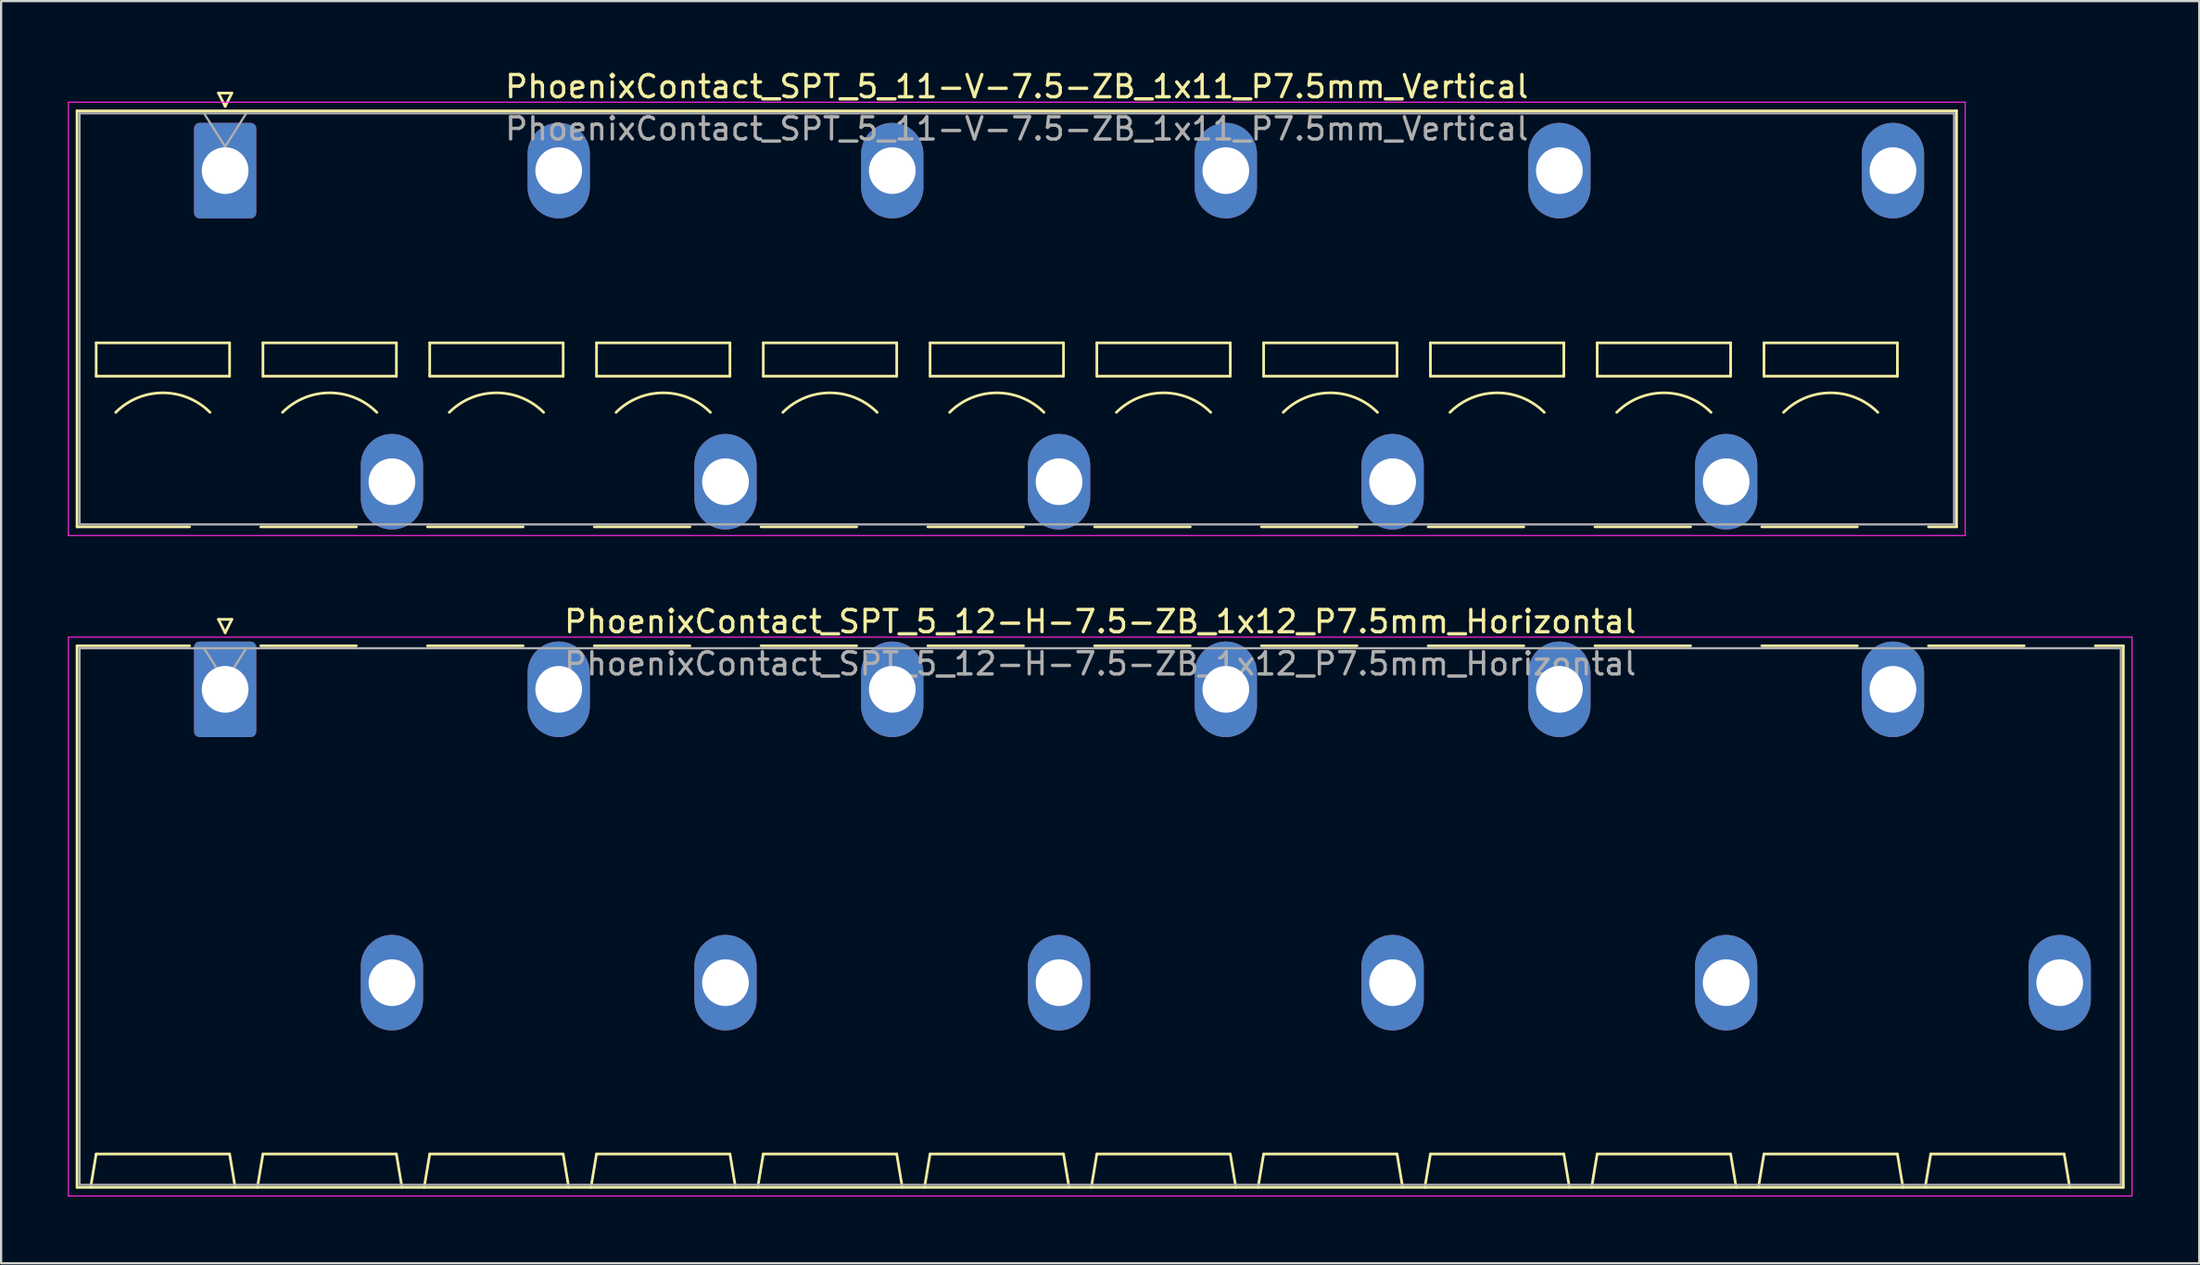
<source format=kicad_pcb>
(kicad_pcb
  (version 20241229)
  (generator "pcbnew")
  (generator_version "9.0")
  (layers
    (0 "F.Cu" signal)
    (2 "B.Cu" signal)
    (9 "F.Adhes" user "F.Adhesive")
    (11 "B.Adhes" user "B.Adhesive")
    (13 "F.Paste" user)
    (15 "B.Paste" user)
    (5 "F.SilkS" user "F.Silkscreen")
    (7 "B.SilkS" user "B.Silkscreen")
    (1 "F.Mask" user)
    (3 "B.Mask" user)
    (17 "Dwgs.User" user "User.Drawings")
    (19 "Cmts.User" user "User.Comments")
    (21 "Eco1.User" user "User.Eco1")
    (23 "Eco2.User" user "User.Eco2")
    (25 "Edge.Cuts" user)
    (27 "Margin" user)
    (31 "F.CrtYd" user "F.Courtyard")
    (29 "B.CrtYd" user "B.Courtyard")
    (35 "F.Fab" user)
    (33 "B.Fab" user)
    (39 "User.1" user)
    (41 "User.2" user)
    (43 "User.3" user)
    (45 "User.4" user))
  (footprint "PhoenixContact_SPT_5_11-V-7.5-ZB_1x11_P7.5mm_Vertical"
    (layer "F.Cu")
    (at 7.075 4.628)
    (property "Reference" "PhoenixContact_SPT_5_11-V-7.5-ZB_1x11_P7.5mm_Vertical" (at 35.6 -3.78 0) (layer "F.SilkS") (effects (font (size 1 1) (thickness 0.15))))
    (attr through_hole)
    (fp_line (start -6.66 -2.69) (end 77.86 -2.69) (stroke (width 0.12) (type solid)) (layer "F.SilkS"))
    (fp_line (start -6.66 16.03) (end -6.66 -2.69) (stroke (width 0.12) (type solid)) (layer "F.SilkS"))
    (fp_line (start -6.66 16.03) (end -1.6 16.03) (stroke (width 0.12) (type solid)) (layer "F.SilkS"))
    (fp_line (start -5.8 7.75) (end -5.8 9.25) (stroke (width 0.12) (type solid)) (layer "F.SilkS"))
    (fp_line (start -5.8 9.25) (end 0.2 9.25) (stroke (width 0.12) (type solid)) (layer "F.SilkS"))
    (fp_line (start -0.3 -3.49) (end 0 -2.89) (stroke (width 0.12) (type solid)) (layer "F.SilkS"))
    (fp_line (start -0.3 -3.49) (end 0.3 -3.49) (stroke (width 0.12) (type solid)) (layer "F.SilkS"))
    (fp_line (start 0.2 7.75) (end -5.8 7.75) (stroke (width 0.12) (type solid)) (layer "F.SilkS"))
    (fp_line (start 0.2 9.25) (end 0.2 7.75) (stroke (width 0.12) (type solid)) (layer "F.SilkS"))
    (fp_line (start 0.3 -3.49) (end 0 -2.89) (stroke (width 0.12) (type solid)) (layer "F.SilkS"))
    (fp_line (start 1.6 16.03) (end 5.9 16.03) (stroke (width 0.12) (type solid)) (layer "F.SilkS"))
    (fp_line (start 1.7 7.75) (end 1.7 9.25) (stroke (width 0.12) (type solid)) (layer "F.SilkS"))
    (fp_line (start 1.7 9.25) (end 7.7 9.25) (stroke (width 0.12) (type solid)) (layer "F.SilkS"))
    (fp_line (start 7.7 7.75) (end 1.7 7.75) (stroke (width 0.12) (type solid)) (layer "F.SilkS"))
    (fp_line (start 7.7 9.25) (end 7.7 7.75) (stroke (width 0.12) (type solid)) (layer "F.SilkS"))
    (fp_line (start 9.1 16.03) (end 13.4 16.03) (stroke (width 0.12) (type solid)) (layer "F.SilkS"))
    (fp_line (start 9.2 7.75) (end 9.2 9.25) (stroke (width 0.12) (type solid)) (layer "F.SilkS"))
    (fp_line (start 9.2 9.25) (end 15.2 9.25) (stroke (width 0.12) (type solid)) (layer "F.SilkS"))
    (fp_line (start 15.2 7.75) (end 9.2 7.75) (stroke (width 0.12) (type solid)) (layer "F.SilkS"))
    (fp_line (start 15.2 9.25) (end 15.2 7.75) (stroke (width 0.12) (type solid)) (layer "F.SilkS"))
    (fp_line (start 16.6 16.03) (end 20.9 16.03) (stroke (width 0.12) (type solid)) (layer "F.SilkS"))
    (fp_line (start 16.7 7.75) (end 16.7 9.25) (stroke (width 0.12) (type solid)) (layer "F.SilkS"))
    (fp_line (start 16.7 9.25) (end 22.7 9.25) (stroke (width 0.12) (type solid)) (layer "F.SilkS"))
    (fp_line (start 22.7 7.75) (end 16.7 7.75) (stroke (width 0.12) (type solid)) (layer "F.SilkS"))
    (fp_line (start 22.7 9.25) (end 22.7 7.75) (stroke (width 0.12) (type solid)) (layer "F.SilkS"))
    (fp_line (start 24.1 16.03) (end 28.4 16.03) (stroke (width 0.12) (type solid)) (layer "F.SilkS"))
    (fp_line (start 24.2 7.75) (end 24.2 9.25) (stroke (width 0.12) (type solid)) (layer "F.SilkS"))
    (fp_line (start 24.2 9.25) (end 30.2 9.25) (stroke (width 0.12) (type solid)) (layer "F.SilkS"))
    (fp_line (start 30.2 7.75) (end 24.2 7.75) (stroke (width 0.12) (type solid)) (layer "F.SilkS"))
    (fp_line (start 30.2 9.25) (end 30.2 7.75) (stroke (width 0.12) (type solid)) (layer "F.SilkS"))
    (fp_line (start 31.6 16.03) (end 35.9 16.03) (stroke (width 0.12) (type solid)) (layer "F.SilkS"))
    (fp_line (start 31.7 7.75) (end 31.7 9.25) (stroke (width 0.12) (type solid)) (layer "F.SilkS"))
    (fp_line (start 31.7 9.25) (end 37.7 9.25) (stroke (width 0.12) (type solid)) (layer "F.SilkS"))
    (fp_line (start 37.7 7.75) (end 31.7 7.75) (stroke (width 0.12) (type solid)) (layer "F.SilkS"))
    (fp_line (start 37.7 9.25) (end 37.7 7.75) (stroke (width 0.12) (type solid)) (layer "F.SilkS"))
    (fp_line (start 39.1 16.03) (end 43.4 16.03) (stroke (width 0.12) (type solid)) (layer "F.SilkS"))
    (fp_line (start 39.2 7.75) (end 39.2 9.25) (stroke (width 0.12) (type solid)) (layer "F.SilkS"))
    (fp_line (start 39.2 9.25) (end 45.2 9.25) (stroke (width 0.12) (type solid)) (layer "F.SilkS"))
    (fp_line (start 45.2 7.75) (end 39.2 7.75) (stroke (width 0.12) (type solid)) (layer "F.SilkS"))
    (fp_line (start 45.2 9.25) (end 45.2 7.75) (stroke (width 0.12) (type solid)) (layer "F.SilkS"))
    (fp_line (start 46.6 16.03) (end 50.9 16.03) (stroke (width 0.12) (type solid)) (layer "F.SilkS"))
    (fp_line (start 46.7 7.75) (end 46.7 9.25) (stroke (width 0.12) (type solid)) (layer "F.SilkS"))
    (fp_line (start 46.7 9.25) (end 52.7 9.25) (stroke (width 0.12) (type solid)) (layer "F.SilkS"))
    (fp_line (start 52.7 7.75) (end 46.7 7.75) (stroke (width 0.12) (type solid)) (layer "F.SilkS"))
    (fp_line (start 52.7 9.25) (end 52.7 7.75) (stroke (width 0.12) (type solid)) (layer "F.SilkS"))
    (fp_line (start 54.1 16.03) (end 58.4 16.03) (stroke (width 0.12) (type solid)) (layer "F.SilkS"))
    (fp_line (start 54.2 7.75) (end 54.2 9.25) (stroke (width 0.12) (type solid)) (layer "F.SilkS"))
    (fp_line (start 54.2 9.25) (end 60.2 9.25) (stroke (width 0.12) (type solid)) (layer "F.SilkS"))
    (fp_line (start 60.2 7.75) (end 54.2 7.75) (stroke (width 0.12) (type solid)) (layer "F.SilkS"))
    (fp_line (start 60.2 9.25) (end 60.2 7.75) (stroke (width 0.12) (type solid)) (layer "F.SilkS"))
    (fp_line (start 61.6 16.03) (end 65.9 16.03) (stroke (width 0.12) (type solid)) (layer "F.SilkS"))
    (fp_line (start 61.7 7.75) (end 61.7 9.25) (stroke (width 0.12) (type solid)) (layer "F.SilkS"))
    (fp_line (start 61.7 9.25) (end 67.7 9.25) (stroke (width 0.12) (type solid)) (layer "F.SilkS"))
    (fp_line (start 67.7 7.75) (end 61.7 7.75) (stroke (width 0.12) (type solid)) (layer "F.SilkS"))
    (fp_line (start 67.7 9.25) (end 67.7 7.75) (stroke (width 0.12) (type solid)) (layer "F.SilkS"))
    (fp_line (start 69.1 16.03) (end 73.4 16.03) (stroke (width 0.12) (type solid)) (layer "F.SilkS"))
    (fp_line (start 69.2 7.75) (end 69.2 9.25) (stroke (width 0.12) (type solid)) (layer "F.SilkS"))
    (fp_line (start 69.2 9.25) (end 75.2 9.25) (stroke (width 0.12) (type solid)) (layer "F.SilkS"))
    (fp_line (start 75.2 7.75) (end 69.2 7.75) (stroke (width 0.12) (type solid)) (layer "F.SilkS"))
    (fp_line (start 75.2 9.25) (end 75.2 7.75) (stroke (width 0.12) (type solid)) (layer "F.SilkS"))
    (fp_line (start 76.6 16.03) (end 77.86 16.03) (stroke (width 0.12) (type solid)) (layer "F.SilkS"))
    (fp_line (start 77.86 -2.69) (end 77.86 16.03) (stroke (width 0.12) (type solid)) (layer "F.SilkS"))
    (fp_arc (start -4.92132 10.87868) (mid -2.8 10) (end -0.67868 10.87868) (stroke (width 0.12) (type solid)) (layer "F.SilkS"))
    (fp_arc (start 2.57868 10.87868) (mid 4.7 10) (end 6.82132 10.87868) (stroke (width 0.12) (type solid)) (layer "F.SilkS"))
    (fp_arc (start 10.07868 10.87868) (mid 12.2 10) (end 14.32132 10.87868) (stroke (width 0.12) (type solid)) (layer "F.SilkS"))
    (fp_arc (start 17.57868 10.87868) (mid 19.7 10) (end 21.82132 10.87868) (stroke (width 0.12) (type solid)) (layer "F.SilkS"))
    (fp_arc (start 25.07868 10.87868) (mid 27.2 10) (end 29.32132 10.87868) (stroke (width 0.12) (type solid)) (layer "F.SilkS"))
    (fp_arc (start 32.57868 10.87868) (mid 34.7 10) (end 36.82132 10.87868) (stroke (width 0.12) (type solid)) (layer "F.SilkS"))
    (fp_arc (start 40.07868 10.87868) (mid 42.2 10) (end 44.32132 10.87868) (stroke (width 0.12) (type solid)) (layer "F.SilkS"))
    (fp_arc (start 47.57868 10.87868) (mid 49.7 10) (end 51.82132 10.87868) (stroke (width 0.12) (type solid)) (layer "F.SilkS"))
    (fp_arc (start 55.07868 10.87868) (mid 57.2 10) (end 59.32132 10.87868) (stroke (width 0.12) (type solid)) (layer "F.SilkS"))
    (fp_arc (start 62.57868 10.87868) (mid 64.7 10) (end 66.82132 10.87868) (stroke (width 0.12) (type solid)) (layer "F.SilkS"))
    (fp_arc (start 70.07868 10.87868) (mid 72.2 10) (end 74.32132 10.87868) (stroke (width 0.12) (type solid)) (layer "F.SilkS"))
    (fp_line (start -7.05 -3.08) (end -7.05 16.42) (stroke (width 0.05) (type solid)) (layer "F.CrtYd"))
    (fp_line (start -7.05 16.42) (end 78.25 16.42) (stroke (width 0.05) (type solid)) (layer "F.CrtYd"))
    (fp_line (start 78.25 -3.08) (end -7.05 -3.08) (stroke (width 0.05) (type solid)) (layer "F.CrtYd"))
    (fp_line (start 78.25 16.42) (end 78.25 -3.08) (stroke (width 0.05) (type solid)) (layer "F.CrtYd"))
    (fp_line (start -6.55 -2.58) (end -6.55 15.92) (stroke (width 0.1) (type solid)) (layer "F.Fab"))
    (fp_line (start -6.55 15.92) (end 77.75 15.92) (stroke (width 0.1) (type solid)) (layer "F.Fab"))
    (fp_line (start -0.95 -2.58) (end 0 -1.08) (stroke (width 0.1) (type solid)) (layer "F.Fab"))
    (fp_line (start 0.95 -2.58) (end 0 -1.08) (stroke (width 0.1) (type solid)) (layer "F.Fab"))
    (fp_line (start 77.75 -2.58) (end -6.55 -2.58) (stroke (width 0.1) (type solid)) (layer "F.Fab"))
    (fp_line (start 77.75 15.92) (end 77.75 -2.58) (stroke (width 0.1) (type solid)) (layer "F.Fab"))
    (fp_text user "${REFERENCE}" (at 35.6 -1.88 0) (layer "F.Fab") (effects (font (size 1 1) (thickness 0.15))))
    (pad "1" thru_hole roundrect (at 0 0) (size 2.8 4.3) (drill 2.1) (layers "*.Cu" "*.Mask") (roundrect_rratio 0.089))
    (pad "2" thru_hole oval (at 7.5 14) (size 2.8 4.3) (drill 2.1) (layers "*.Cu" "*.Mask"))
    (pad "3" thru_hole oval (at 15 0) (size 2.8 4.3) (drill 2.1) (layers "*.Cu" "*.Mask"))
    (pad "4" thru_hole oval (at 22.5 14) (size 2.8 4.3) (drill 2.1) (layers "*.Cu" "*.Mask"))
    (pad "5" thru_hole oval (at 30 0) (size 2.8 4.3) (drill 2.1) (layers "*.Cu" "*.Mask"))
    (pad "6" thru_hole oval (at 37.5 14) (size 2.8 4.3) (drill 2.1) (layers "*.Cu" "*.Mask"))
    (pad "7" thru_hole oval (at 45 0) (size 2.8 4.3) (drill 2.1) (layers "*.Cu" "*.Mask"))
    (pad "8" thru_hole oval (at 52.5 14) (size 2.8 4.3) (drill 2.1) (layers "*.Cu" "*.Mask"))
    (pad "9" thru_hole oval (at 60 0) (size 2.8 4.3) (drill 2.1) (layers "*.Cu" "*.Mask"))
    (pad "10" thru_hole oval (at 67.5 14) (size 2.8 4.3) (drill 2.1) (layers "*.Cu" "*.Mask"))
    (pad "11" thru_hole oval (at 75 0) (size 2.8 4.3) (drill 2.1) (layers "*.Cu" "*.Mask")))
  (footprint "PhoenixContact_SPT_5_12-H-7.5-ZB_1x12_P7.5mm_Horizontal"
    (layer "F.Cu")
    (at 7.075 27.971)
    (property "Reference" "PhoenixContact_SPT_5_12-H-7.5-ZB_1x12_P7.5mm_Horizontal" (at 39.35 -3.05 0) (layer "F.SilkS") (effects (font (size 1 1) (thickness 0.15))))
    (attr through_hole)
    (fp_line (start -6.66 -1.96) (end -1.6 -1.96) (stroke (width 0.12) (type solid)) (layer "F.SilkS"))
    (fp_line (start -6.66 22.41) (end -6.66 -1.96) (stroke (width 0.12) (type solid)) (layer "F.SilkS"))
    (fp_line (start -6.05 22.41) (end -5.8 20.91) (stroke (width 0.12) (type solid)) (layer "F.SilkS"))
    (fp_line (start -5.8 20.91) (end 0.2 20.91) (stroke (width 0.12) (type solid)) (layer "F.SilkS"))
    (fp_line (start -0.3 -3.15) (end 0 -2.55) (stroke (width 0.12) (type solid)) (layer "F.SilkS"))
    (fp_line (start -0.3 -3.15) (end 0.3 -3.15) (stroke (width 0.12) (type solid)) (layer "F.SilkS"))
    (fp_line (start 0.3 -3.15) (end 0 -2.55) (stroke (width 0.12) (type solid)) (layer "F.SilkS"))
    (fp_line (start 0.45 22.41) (end 0.2 20.91) (stroke (width 0.12) (type solid)) (layer "F.SilkS"))
    (fp_line (start 1.45 22.41) (end 1.7 20.91) (stroke (width 0.12) (type solid)) (layer "F.SilkS"))
    (fp_line (start 1.6 -1.96) (end 5.9 -1.96) (stroke (width 0.12) (type solid)) (layer "F.SilkS"))
    (fp_line (start 1.7 20.91) (end 7.7 20.91) (stroke (width 0.12) (type solid)) (layer "F.SilkS"))
    (fp_line (start 7.95 22.41) (end 7.7 20.91) (stroke (width 0.12) (type solid)) (layer "F.SilkS"))
    (fp_line (start 8.95 22.41) (end 9.2 20.91) (stroke (width 0.12) (type solid)) (layer "F.SilkS"))
    (fp_line (start 9.1 -1.96) (end 13.4 -1.96) (stroke (width 0.12) (type solid)) (layer "F.SilkS"))
    (fp_line (start 9.2 20.91) (end 15.2 20.91) (stroke (width 0.12) (type solid)) (layer "F.SilkS"))
    (fp_line (start 15.45 22.41) (end 15.2 20.91) (stroke (width 0.12) (type solid)) (layer "F.SilkS"))
    (fp_line (start 16.45 22.41) (end 16.7 20.91) (stroke (width 0.12) (type solid)) (layer "F.SilkS"))
    (fp_line (start 16.6 -1.96) (end 20.9 -1.96) (stroke (width 0.12) (type solid)) (layer "F.SilkS"))
    (fp_line (start 16.7 20.91) (end 22.7 20.91) (stroke (width 0.12) (type solid)) (layer "F.SilkS"))
    (fp_line (start 22.95 22.41) (end 22.7 20.91) (stroke (width 0.12) (type solid)) (layer "F.SilkS"))
    (fp_line (start 23.95 22.41) (end 24.2 20.91) (stroke (width 0.12) (type solid)) (layer "F.SilkS"))
    (fp_line (start 24.1 -1.96) (end 28.4 -1.96) (stroke (width 0.12) (type solid)) (layer "F.SilkS"))
    (fp_line (start 24.2 20.91) (end 30.2 20.91) (stroke (width 0.12) (type solid)) (layer "F.SilkS"))
    (fp_line (start 30.45 22.41) (end 30.2 20.91) (stroke (width 0.12) (type solid)) (layer "F.SilkS"))
    (fp_line (start 31.45 22.41) (end 31.7 20.91) (stroke (width 0.12) (type solid)) (layer "F.SilkS"))
    (fp_line (start 31.6 -1.96) (end 35.9 -1.96) (stroke (width 0.12) (type solid)) (layer "F.SilkS"))
    (fp_line (start 31.7 20.91) (end 37.7 20.91) (stroke (width 0.12) (type solid)) (layer "F.SilkS"))
    (fp_line (start 37.95 22.41) (end 37.7 20.91) (stroke (width 0.12) (type solid)) (layer "F.SilkS"))
    (fp_line (start 38.95 22.41) (end 39.2 20.91) (stroke (width 0.12) (type solid)) (layer "F.SilkS"))
    (fp_line (start 39.1 -1.96) (end 43.4 -1.96) (stroke (width 0.12) (type solid)) (layer "F.SilkS"))
    (fp_line (start 39.2 20.91) (end 45.2 20.91) (stroke (width 0.12) (type solid)) (layer "F.SilkS"))
    (fp_line (start 45.45 22.41) (end 45.2 20.91) (stroke (width 0.12) (type solid)) (layer "F.SilkS"))
    (fp_line (start 46.45 22.41) (end 46.7 20.91) (stroke (width 0.12) (type solid)) (layer "F.SilkS"))
    (fp_line (start 46.6 -1.96) (end 50.9 -1.96) (stroke (width 0.12) (type solid)) (layer "F.SilkS"))
    (fp_line (start 46.7 20.91) (end 52.7 20.91) (stroke (width 0.12) (type solid)) (layer "F.SilkS"))
    (fp_line (start 52.95 22.41) (end 52.7 20.91) (stroke (width 0.12) (type solid)) (layer "F.SilkS"))
    (fp_line (start 53.95 22.41) (end 54.2 20.91) (stroke (width 0.12) (type solid)) (layer "F.SilkS"))
    (fp_line (start 54.1 -1.96) (end 58.4 -1.96) (stroke (width 0.12) (type solid)) (layer "F.SilkS"))
    (fp_line (start 54.2 20.91) (end 60.2 20.91) (stroke (width 0.12) (type solid)) (layer "F.SilkS"))
    (fp_line (start 60.45 22.41) (end 60.2 20.91) (stroke (width 0.12) (type solid)) (layer "F.SilkS"))
    (fp_line (start 61.45 22.41) (end 61.7 20.91) (stroke (width 0.12) (type solid)) (layer "F.SilkS"))
    (fp_line (start 61.6 -1.96) (end 65.9 -1.96) (stroke (width 0.12) (type solid)) (layer "F.SilkS"))
    (fp_line (start 61.7 20.91) (end 67.7 20.91) (stroke (width 0.12) (type solid)) (layer "F.SilkS"))
    (fp_line (start 67.95 22.41) (end 67.7 20.91) (stroke (width 0.12) (type solid)) (layer "F.SilkS"))
    (fp_line (start 68.95 22.41) (end 69.2 20.91) (stroke (width 0.12) (type solid)) (layer "F.SilkS"))
    (fp_line (start 69.1 -1.96) (end 73.4 -1.96) (stroke (width 0.12) (type solid)) (layer "F.SilkS"))
    (fp_line (start 69.2 20.91) (end 75.2 20.91) (stroke (width 0.12) (type solid)) (layer "F.SilkS"))
    (fp_line (start 75.45 22.41) (end 75.2 20.91) (stroke (width 0.12) (type solid)) (layer "F.SilkS"))
    (fp_line (start 76.45 22.41) (end 76.7 20.91) (stroke (width 0.12) (type solid)) (layer "F.SilkS"))
    (fp_line (start 76.6 -1.96) (end 80.9 -1.96) (stroke (width 0.12) (type solid)) (layer "F.SilkS"))
    (fp_line (start 76.7 20.91) (end 82.7 20.91) (stroke (width 0.12) (type solid)) (layer "F.SilkS"))
    (fp_line (start 82.95 22.41) (end 82.7 20.91) (stroke (width 0.12) (type solid)) (layer "F.SilkS"))
    (fp_line (start 84.1 -1.96) (end 85.36 -1.96) (stroke (width 0.12) (type solid)) (layer "F.SilkS"))
    (fp_line (start 85.36 -1.96) (end 85.36 22.41) (stroke (width 0.12) (type solid)) (layer "F.SilkS"))
    (fp_line (start 85.36 22.41) (end -6.66 22.41) (stroke (width 0.12) (type solid)) (layer "F.SilkS"))
    (fp_line (start -7.05 -2.35) (end -7.05 22.8) (stroke (width 0.05) (type solid)) (layer "F.CrtYd"))
    (fp_line (start -7.05 22.8) (end 85.75 22.8) (stroke (width 0.05) (type solid)) (layer "F.CrtYd"))
    (fp_line (start 85.75 -2.35) (end -7.05 -2.35) (stroke (width 0.05) (type solid)) (layer "F.CrtYd"))
    (fp_line (start 85.75 22.8) (end 85.75 -2.35) (stroke (width 0.05) (type solid)) (layer "F.CrtYd"))
    (fp_line (start -6.55 -1.85) (end -6.55 22.3) (stroke (width 0.1) (type solid)) (layer "F.Fab"))
    (fp_line (start -6.55 22.3) (end 85.25 22.3) (stroke (width 0.1) (type solid)) (layer "F.Fab"))
    (fp_line (start -0.95 -1.85) (end 0 -0.35) (stroke (width 0.1) (type solid)) (layer "F.Fab"))
    (fp_line (start 0.95 -1.85) (end 0 -0.35) (stroke (width 0.1) (type solid)) (layer "F.Fab"))
    (fp_line (start 85.25 -1.85) (end -6.55 -1.85) (stroke (width 0.1) (type solid)) (layer "F.Fab"))
    (fp_line (start 85.25 22.3) (end 85.25 -1.85) (stroke (width 0.1) (type solid)) (layer "F.Fab"))
    (fp_text user "${REFERENCE}" (at 39.35 -1.15 0) (layer "F.Fab") (effects (font (size 1 1) (thickness 0.15))))
    (pad "1" thru_hole roundrect (at 0 0) (size 2.8 4.3) (drill 2.1) (layers "*.Cu" "*.Mask") (roundrect_rratio 0.089))
    (pad "2" thru_hole oval (at 7.5 13.2) (size 2.8 4.3) (drill 2.1) (layers "*.Cu" "*.Mask"))
    (pad "3" thru_hole oval (at 15 0) (size 2.8 4.3) (drill 2.1) (layers "*.Cu" "*.Mask"))
    (pad "4" thru_hole oval (at 22.5 13.2) (size 2.8 4.3) (drill 2.1) (layers "*.Cu" "*.Mask"))
    (pad "5" thru_hole oval (at 30 0) (size 2.8 4.3) (drill 2.1) (layers "*.Cu" "*.Mask"))
    (pad "6" thru_hole oval (at 37.5 13.2) (size 2.8 4.3) (drill 2.1) (layers "*.Cu" "*.Mask"))
    (pad "7" thru_hole oval (at 45 0) (size 2.8 4.3) (drill 2.1) (layers "*.Cu" "*.Mask"))
    (pad "8" thru_hole oval (at 52.5 13.2) (size 2.8 4.3) (drill 2.1) (layers "*.Cu" "*.Mask"))
    (pad "9" thru_hole oval (at 60 0) (size 2.8 4.3) (drill 2.1) (layers "*.Cu" "*.Mask"))
    (pad "10" thru_hole oval (at 67.5 13.2) (size 2.8 4.3) (drill 2.1) (layers "*.Cu" "*.Mask"))
    (pad "11" thru_hole oval (at 75 0) (size 2.8 4.3) (drill 2.1) (layers "*.Cu" "*.Mask"))
    (pad "12" thru_hole oval (at 82.5 13.2) (size 2.8 4.3) (drill 2.1) (layers "*.Cu" "*.Mask")))
  (gr_rect
    (start -3 -3)
    (end 95.85 53.797)
    (stroke (width 0.1) (type default))
    (fill no)
    (layer "Edge.Cuts")))
</source>
